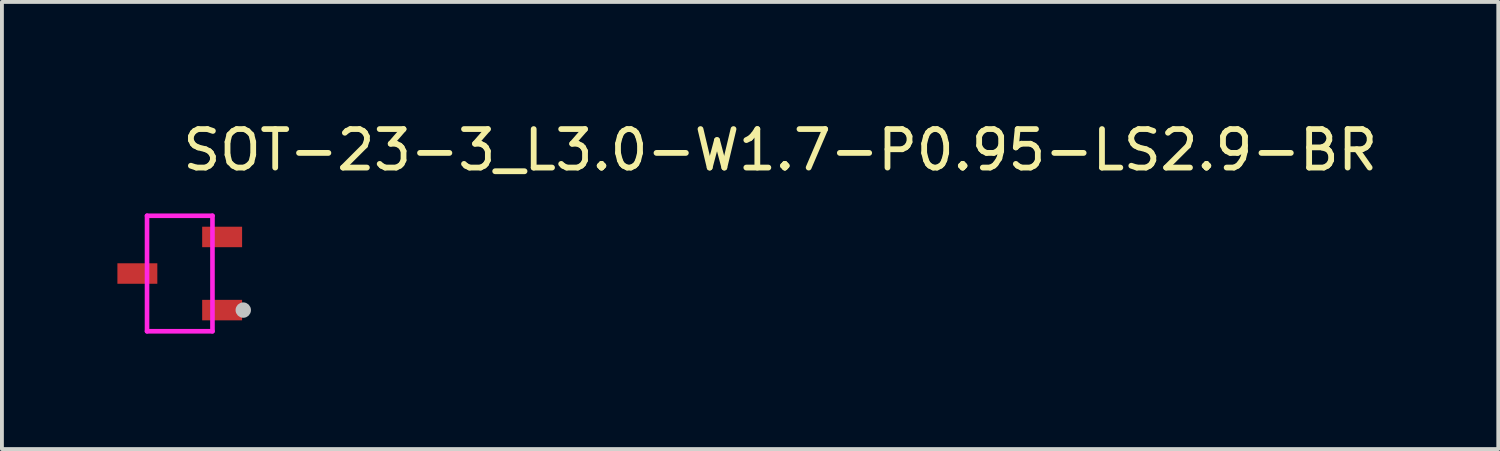
<source format=kicad_pcb>
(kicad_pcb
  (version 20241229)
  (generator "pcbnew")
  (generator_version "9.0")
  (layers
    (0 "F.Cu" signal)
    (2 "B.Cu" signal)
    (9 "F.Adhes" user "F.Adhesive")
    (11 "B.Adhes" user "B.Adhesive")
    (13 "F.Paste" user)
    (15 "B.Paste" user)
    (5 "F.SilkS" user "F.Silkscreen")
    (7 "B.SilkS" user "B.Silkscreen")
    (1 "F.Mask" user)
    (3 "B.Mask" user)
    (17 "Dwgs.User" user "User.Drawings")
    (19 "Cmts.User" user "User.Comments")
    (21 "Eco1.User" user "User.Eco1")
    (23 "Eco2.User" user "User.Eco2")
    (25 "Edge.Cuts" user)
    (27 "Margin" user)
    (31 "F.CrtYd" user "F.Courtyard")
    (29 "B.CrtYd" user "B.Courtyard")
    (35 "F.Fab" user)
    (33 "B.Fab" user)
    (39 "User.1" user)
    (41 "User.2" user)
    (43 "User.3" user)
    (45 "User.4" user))
  (footprint "SOT-23-3_L3.0-W1.7-P0.95-LS2.9-BR"
    (layer "F.Cu")
    (at 1.619 4.055)
    (property "Reference" "SOT-23-3_L3.0-W1.7-P0.95-LS2.9-BR" (at 0 -3.207 0) (layer "F.SilkS") (effects (font (size 1 1) (thickness 0.15)) (justify left)))
    (attr through_hole)
    (fp_circle (center 1.65 0.95) (end 1.75 0.95) (stroke (width 0.2) (type solid)) (fill no) (layer "Dwgs.User"))
    (fp_line (start -1.01 -0.188) (end -0.815 -0.188) (stroke (width 0.12) (type solid)) (layer "Eco2.User"))
    (fp_line (start -1.01 0.188) (end -1.01 -0.188) (stroke (width 0.12) (type solid)) (layer "Eco2.User"))
    (fp_line (start -0.815 -0.188) (end -0.815 0.188) (stroke (width 0.12) (type solid)) (layer "Eco2.User"))
    (fp_line (start -0.815 0.188) (end -1.01 0.188) (stroke (width 0.12) (type solid)) (layer "Eco2.User"))
    (fp_line (start 0.815 -1.137) (end 1.01 -1.137) (stroke (width 0.12) (type solid)) (layer "Eco2.User"))
    (fp_line (start 0.815 -0.762) (end 0.815 -1.137) (stroke (width 0.12) (type solid)) (layer "Eco2.User"))
    (fp_line (start 0.815 0.762) (end 1.01 0.762) (stroke (width 0.12) (type solid)) (layer "Eco2.User"))
    (fp_line (start 0.815 1.137) (end 0.815 0.762) (stroke (width 0.12) (type solid)) (layer "Eco2.User"))
    (fp_line (start 1.01 -1.137) (end 1.01 -0.762) (stroke (width 0.12) (type solid)) (layer "Eco2.User"))
    (fp_line (start 1.01 -0.762) (end 0.815 -0.762) (stroke (width 0.12) (type solid)) (layer "Eco2.User"))
    (fp_line (start 1.01 0.762) (end 1.01 1.137) (stroke (width 0.12) (type solid)) (layer "Eco2.User"))
    (fp_line (start 1.01 1.137) (end 0.815 1.137) (stroke (width 0.12) (type solid)) (layer "Eco2.User"))
    (fp_circle (center 1.425 1.5) (end 1.455 1.5) (stroke (width 0.06) (type solid)) (fill no) (layer "Eco2.User"))
    (fp_poly (pts (xy -1.425 0.188) (xy -1.425 -0.188) (xy -1 -0.188) (xy -1 0.188)) (stroke (width 0.12) (type solid)) (fill no) (layer "Eco2.User"))
    (fp_poly (pts (xy 1 -0.762) (xy 1 -1.137) (xy 1.425 -1.137) (xy 1.425 -0.762)) (stroke (width 0.12) (type solid)) (fill no) (layer "Eco2.User"))
    (fp_poly (pts (xy 1 1.137) (xy 1 0.762) (xy 1.425 0.762) (xy 1.425 1.137)) (stroke (width 0.12) (type solid)) (fill no) (layer "Eco2.User"))
    (fp_line (start -0.85 -1.5) (end 0.85 -1.5) (stroke (width 0.12) (type solid)) (layer "F.CrtYd"))
    (fp_line (start -0.85 1.5) (end -0.85 -1.5) (stroke (width 0.12) (type solid)) (layer "F.CrtYd"))
    (fp_line (start 0.85 -1.5) (end 0.85 1.5) (stroke (width 0.12) (type solid)) (layer "F.CrtYd"))
    (fp_line (start 0.85 1.5) (end -0.85 1.5) (stroke (width 0.12) (type solid)) (layer "F.CrtYd"))
    (pad "1" smd rect (at 1.101 0.95) (size 1.037 0.532) (layers "F.Cu" "F.Mask" "F.Paste"))
    (pad "2" smd rect (at 1.101 -0.95) (size 1.037 0.532) (layers "F.Cu" "F.Mask" "F.Paste"))
    (pad "3" smd rect (at -1.101 0) (size 1.037 0.532) (layers "F.Cu" "F.Mask" "F.Paste")))
  (gr_rect
    (start -3 -3)
    (end 35.869 8.615)
    (stroke (width 0.1) (type default))
    (fill no)
    (layer "Edge.Cuts")))
</source>
